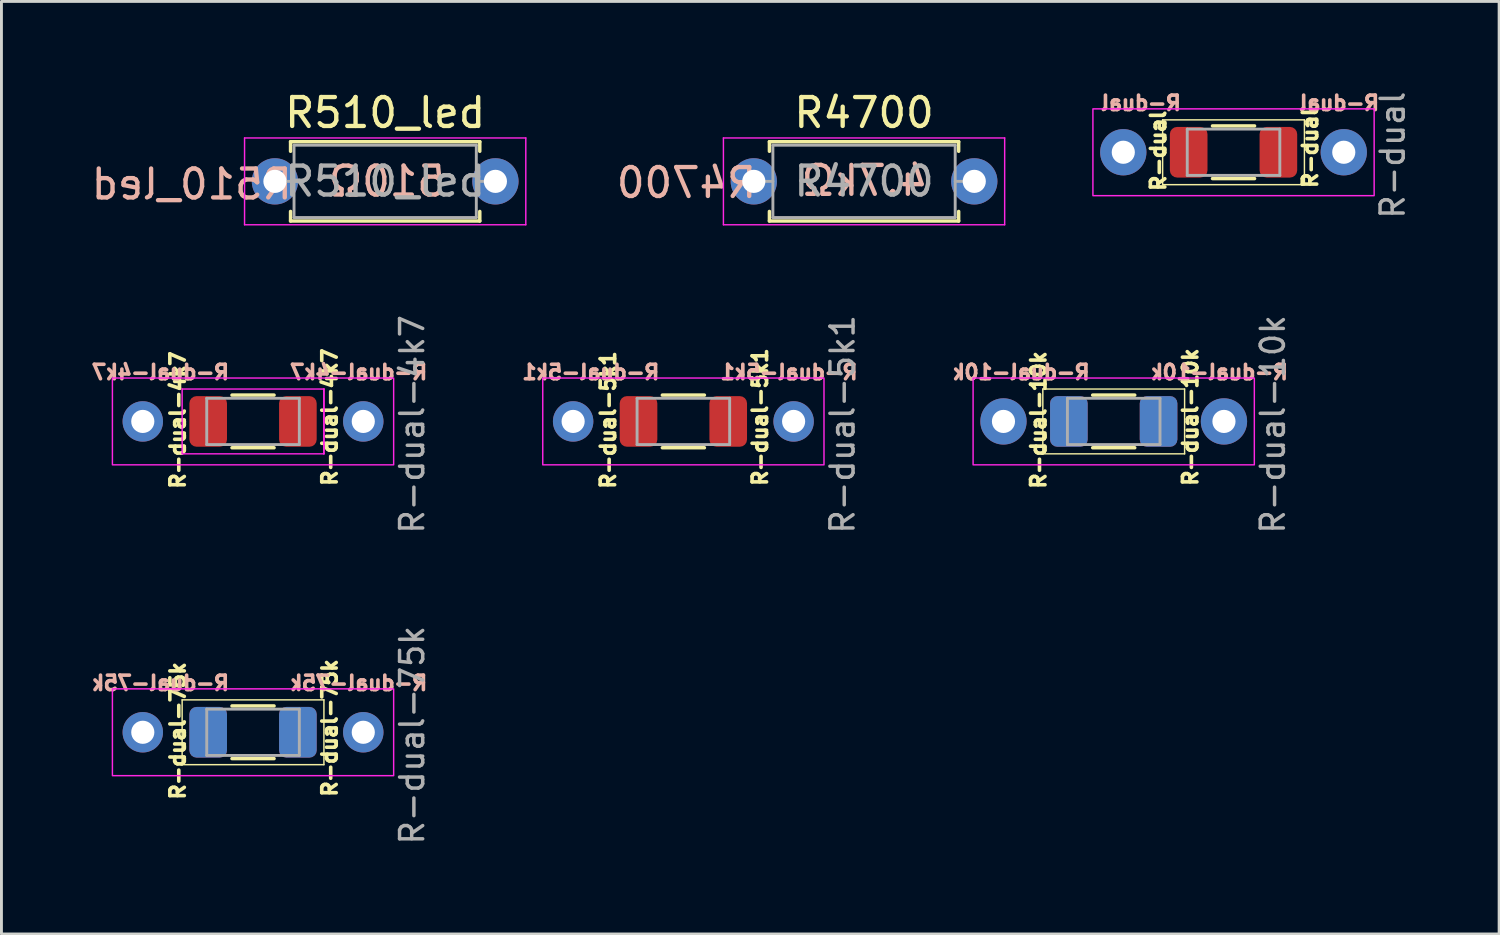
<source format=kicad_pcb>
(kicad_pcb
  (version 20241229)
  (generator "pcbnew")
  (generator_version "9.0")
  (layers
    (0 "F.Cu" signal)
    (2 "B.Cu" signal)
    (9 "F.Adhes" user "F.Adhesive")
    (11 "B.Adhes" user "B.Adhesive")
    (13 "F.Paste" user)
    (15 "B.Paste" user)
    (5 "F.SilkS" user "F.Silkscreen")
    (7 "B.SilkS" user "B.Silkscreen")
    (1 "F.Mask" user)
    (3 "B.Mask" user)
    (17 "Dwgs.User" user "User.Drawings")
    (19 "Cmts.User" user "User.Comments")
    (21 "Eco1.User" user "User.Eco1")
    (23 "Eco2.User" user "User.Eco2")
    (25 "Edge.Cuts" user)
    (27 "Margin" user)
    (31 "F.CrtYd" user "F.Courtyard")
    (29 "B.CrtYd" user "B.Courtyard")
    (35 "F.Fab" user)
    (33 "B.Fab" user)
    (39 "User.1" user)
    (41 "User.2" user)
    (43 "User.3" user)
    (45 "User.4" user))
  (footprint "R-dual-5k1"
    (layer "F.Cu")
    (at 20.568 11.515)
    (property "Reference" "R-dual-5k1" (at 2.65 -0.15 270) (layer "F.SilkS") (effects (font (size 0.5 0.5) (thickness 0.125))))
    (property "Value" "R-dual-5k1" (at 0 1.82 0) (layer "F.Fab") (hide yes) (effects (font (size 1 1) (thickness 0.15))))
    (attr smd)
    (fp_line (start -0.727 -0.91) (end 0.727 -0.91) (stroke (width 0.12) (type solid)) (layer "F.SilkS"))
    (fp_line (start -0.727 0.91) (end 0.727 0.91) (stroke (width 0.12) (type solid)) (layer "F.SilkS"))
    (fp_rect (start -4.86 -1.5) (end 4.86 1.5) (stroke (width 0.05) (type default)) (fill no) (layer "F.CrtYd"))
    (fp_line (start -1.6 -0.8) (end 1.6 -0.8) (stroke (width 0.1) (type solid)) (layer "F.Fab"))
    (fp_line (start -1.6 0.8) (end -1.6 -0.8) (stroke (width 0.1) (type solid)) (layer "F.Fab"))
    (fp_line (start 1.6 -0.8) (end 1.6 0.8) (stroke (width 0.1) (type solid)) (layer "F.Fab"))
    (fp_line (start 1.6 0.8) (end -1.6 0.8) (stroke (width 0.1) (type solid)) (layer "F.Fab"))
    (fp_text user "${VALUE}" (at -2.6 -0.05 270) (layer "F.SilkS") (effects (font (size 0.5 0.5) (thickness 0.125))))
    (fp_text user "${REFERENCE}" (at -3.2 -1.7 0) (layer "B.SilkS") (effects (font (size 0.5 0.5) (thickness 0.125)) (justify mirror)))
    (fp_text user "${VALUE}" (at 3.65 -1.7 0) (layer "B.SilkS") (effects (font (size 0.5 0.5) (thickness 0.125)) (justify mirror)))
    (fp_text user "${REFERENCE}" (at 5.5 0.1 90) (layer "F.Fab") (effects (font (size 0.8 0.8) (thickness 0.12))))
    (pad "1" thru_hole circle (at -3.81 0) (size 1.397 1.397) (drill 0.8) (layers "*.Cu" "*.Mask"))
    (pad "1" smd roundrect (at -1.55 0) (size 1.3 1.75) (layers "F.Cu" "F.Mask" "F.Paste") (roundrect_rratio 0.192))
    (pad "2" smd roundrect (at 1.55 0) (size 1.3 1.75) (layers "F.Cu" "F.Mask" "F.Paste") (roundrect_rratio 0.192))
    (pad "2" thru_hole circle (at 3.81 0) (size 1.397 1.397) (drill 0.8) (layers "*.Cu" "*.Mask")))
  (footprint "R4700"
    (layer "F.Cu")
    (at 23.002 3.218)
    (property "Reference" "R4700" (at 3.81 -2.37 0) (layer "F.SilkS") (effects (font (size 1 1) (thickness 0.15))))
    (property "Value" "4.7kΩ" (at 6.2 2.4 0) (layer "F.SilkS") (hide yes) (effects (font (size 1 1) (thickness 0.15))))
    (attr through_hole)
    (fp_line (start 0.54 -1.37) (end 7.08 -1.37) (stroke (width 0.12) (type solid)) (layer "F.SilkS"))
    (fp_line (start 0.54 -1.04) (end 0.54 -1.37) (stroke (width 0.12) (type solid)) (layer "F.SilkS"))
    (fp_line (start 0.54 1.04) (end 0.54 1.37) (stroke (width 0.12) (type solid)) (layer "F.SilkS"))
    (fp_line (start 0.54 1.37) (end 7.08 1.37) (stroke (width 0.12) (type solid)) (layer "F.SilkS"))
    (fp_line (start 7.08 -1.37) (end 7.08 -1.04) (stroke (width 0.12) (type solid)) (layer "F.SilkS"))
    (fp_line (start 7.08 1.37) (end 7.08 1.04) (stroke (width 0.12) (type solid)) (layer "F.SilkS"))
    (fp_line (start -1.05 -1.5) (end -1.05 1.5) (stroke (width 0.05) (type solid)) (layer "F.CrtYd"))
    (fp_line (start -1.05 1.5) (end 8.67 1.5) (stroke (width 0.05) (type solid)) (layer "F.CrtYd"))
    (fp_line (start 8.67 -1.5) (end -1.05 -1.5) (stroke (width 0.05) (type solid)) (layer "F.CrtYd"))
    (fp_line (start 8.67 1.5) (end 8.67 -1.5) (stroke (width 0.05) (type solid)) (layer "F.CrtYd"))
    (fp_line (start 0 0) (end 0.66 0) (stroke (width 0.1) (type solid)) (layer "F.Fab"))
    (fp_line (start 0.66 -1.25) (end 0.66 1.25) (stroke (width 0.1) (type solid)) (layer "F.Fab"))
    (fp_line (start 0.66 1.25) (end 6.96 1.25) (stroke (width 0.1) (type solid)) (layer "F.Fab"))
    (fp_line (start 6.96 -1.25) (end 0.66 -1.25) (stroke (width 0.1) (type solid)) (layer "F.Fab"))
    (fp_line (start 6.96 1.25) (end 6.96 -1.25) (stroke (width 0.1) (type solid)) (layer "F.Fab"))
    (fp_line (start 7.62 0) (end 6.96 0) (stroke (width 0.1) (type solid)) (layer "F.Fab"))
    (fp_text user "${REFERENCE}" (at -2.325 0.05 0) (layer "B.SilkS") (effects (font (size 1 1) (thickness 0.15)) (justify mirror)))
    (fp_text user "${VALUE}" (at 3.825 -0.025 0) (layer "B.SilkS") (effects (font (size 1 1) (thickness 0.15)) (justify mirror)))
    (fp_text user "${REFERENCE}" (at 3.81 0 0) (layer "F.Fab") (effects (font (size 1 1) (thickness 0.15))))
    (pad "1" thru_hole circle (at 0 0) (size 1.6 1.6) (drill 0.8) (layers "*.Cu" "*.Mask"))
    (pad "2" thru_hole oval (at 7.62 0) (size 1.6 1.6) (drill 0.8) (layers "*.Cu" "*.Mask")))
  (footprint "R-dual"
    (layer "F.Cu")
    (at 39.582 2.212)
    (property "Reference" "R-dual" (at 2.65 -0.15 270) (layer "F.SilkS") (effects (font (size 0.5 0.5) (thickness 0.125))))
    (property "Value" "R-dual" (at 0 1.82 0) (layer "F.Fab") (hide yes) (effects (font (size 1 1) (thickness 0.15))))
    (attr smd)
    (fp_line (start -2.45 -1.12) (end 2.45 -1.12) (stroke (width 0.05) (type solid)) (layer "F.SilkS"))
    (fp_line (start -2.45 1.12) (end -2.45 -1.12) (stroke (width 0.05) (type solid)) (layer "F.SilkS"))
    (fp_line (start -0.727 -0.91) (end 0.727 -0.91) (stroke (width 0.12) (type solid)) (layer "F.SilkS"))
    (fp_line (start -0.727 0.91) (end 0.727 0.91) (stroke (width 0.12) (type solid)) (layer "F.SilkS"))
    (fp_line (start 2.45 -1.12) (end 2.45 1.12) (stroke (width 0.05) (type solid)) (layer "F.SilkS"))
    (fp_line (start 2.45 1.12) (end -2.45 1.12) (stroke (width 0.05) (type solid)) (layer "F.SilkS"))
    (fp_rect (start -4.86 -1.5) (end 4.86 1.5) (stroke (width 0.05) (type default)) (fill no) (layer "F.CrtYd"))
    (fp_line (start -1.6 -0.8) (end 1.6 -0.8) (stroke (width 0.1) (type solid)) (layer "F.Fab"))
    (fp_line (start -1.6 0.8) (end -1.6 -0.8) (stroke (width 0.1) (type solid)) (layer "F.Fab"))
    (fp_line (start 1.6 -0.8) (end 1.6 0.8) (stroke (width 0.1) (type solid)) (layer "F.Fab"))
    (fp_line (start 1.6 0.8) (end -1.6 0.8) (stroke (width 0.1) (type solid)) (layer "F.Fab"))
    (fp_text user "${VALUE}" (at -2.6 -0.05 270) (layer "F.SilkS") (effects (font (size 0.5 0.5) (thickness 0.125))))
    (fp_text user "${VALUE}" (at 3.65 -1.7 0) (layer "B.SilkS") (effects (font (size 0.5 0.5) (thickness 0.125)) (justify mirror)))
    (fp_text user "${REFERENCE}" (at -3.2 -1.7 0) (layer "B.SilkS") (effects (font (size 0.5 0.5) (thickness 0.125)) (justify mirror)))
    (fp_text user "${REFERENCE}" (at 5.5 0.1 90) (layer "F.Fab") (effects (font (size 0.8 0.8) (thickness 0.12))))
    (pad "1" thru_hole circle (at -3.81 0) (size 1.6 1.6) (drill 0.8) (layers "*.Cu" "*.Mask"))
    (pad "1" smd roundrect (at -1.55 0) (size 1.3 1.75) (layers "F.Cu" "F.Mask" "F.Paste") (roundrect_rratio 0.192))
    (pad "2" smd roundrect (at 1.55 0) (size 1.3 1.75) (layers "F.Cu" "F.Mask" "F.Paste") (roundrect_rratio 0.192))
    (pad "2" thru_hole oval (at 3.81 0) (size 1.6 1.6) (drill 0.8) (layers "*.Cu" "*.Mask")))
  (footprint "R-dual-75k"
    (layer "F.Cu")
    (at 5.695 22.258)
    (property "Reference" "R-dual-75k" (at 2.65 -0.15 270) (layer "F.SilkS") (effects (font (size 0.5 0.5) (thickness 0.125))))
    (property "Value" "R-dual-75k" (at 0 1.82 0) (layer "F.Fab") (hide yes) (effects (font (size 1 1) (thickness 0.15))))
    (attr smd)
    (fp_line (start -2.45 -1.12) (end 2.45 -1.12) (stroke (width 0.05) (type solid)) (layer "F.SilkS"))
    (fp_line (start -2.45 1.12) (end -2.45 -1.12) (stroke (width 0.05) (type solid)) (layer "F.SilkS"))
    (fp_line (start -0.727 -0.91) (end 0.727 -0.91) (stroke (width 0.12) (type solid)) (layer "F.SilkS"))
    (fp_line (start -0.727 0.91) (end 0.727 0.91) (stroke (width 0.12) (type solid)) (layer "F.SilkS"))
    (fp_line (start 2.45 -1.12) (end 2.45 1.12) (stroke (width 0.05) (type solid)) (layer "F.SilkS"))
    (fp_line (start 2.45 1.12) (end -2.45 1.12) (stroke (width 0.05) (type solid)) (layer "F.SilkS"))
    (fp_rect (start -4.86 -1.5) (end 4.86 1.5) (stroke (width 0.05) (type default)) (fill no) (layer "F.CrtYd"))
    (fp_line (start -1.6 -0.8) (end 1.6 -0.8) (stroke (width 0.1) (type solid)) (layer "F.Fab"))
    (fp_line (start -1.6 0.8) (end -1.6 -0.8) (stroke (width 0.1) (type solid)) (layer "F.Fab"))
    (fp_line (start 1.6 -0.8) (end 1.6 0.8) (stroke (width 0.1) (type solid)) (layer "F.Fab"))
    (fp_line (start 1.6 0.8) (end -1.6 0.8) (stroke (width 0.1) (type solid)) (layer "F.Fab"))
    (fp_text user "${VALUE}" (at -2.6 -0.05 270) (layer "F.SilkS") (effects (font (size 0.5 0.5) (thickness 0.125))))
    (fp_text user "${REFERENCE}" (at -3.2 -1.7 0) (layer "B.SilkS") (effects (font (size 0.5 0.5) (thickness 0.125)) (justify mirror)))
    (fp_text user "${VALUE}" (at 3.65 -1.7 0) (layer "B.SilkS") (effects (font (size 0.5 0.5) (thickness 0.125)) (justify mirror)))
    (fp_text user "${REFERENCE}" (at 5.5 0.1 90) (layer "F.Fab") (effects (font (size 0.8 0.8) (thickness 0.12))))
    (pad "1" thru_hole circle (at -3.81 0) (size 1.397 1.397) (drill 0.8) (layers "*.Cu" "*.Mask"))
    (pad "1" smd roundrect (at -1.55 0) (size 1.3 1.75) (layers "F.Cu" "F.Mask" "F.Paste") (roundrect_rratio 0.192))
    (pad "1" smd roundrect (at -1.55 0) (size 1.3 1.75) (layers "B.Cu" "B.Mask" "B.Paste") (roundrect_rratio 0.192))
    (pad "2" smd roundrect (at 1.55 0) (size 1.3 1.75) (layers "F.Cu" "F.Mask" "F.Paste") (roundrect_rratio 0.192))
    (pad "2" smd roundrect (at 1.55 0) (size 1.3 1.75) (layers "B.Cu" "B.Mask" "B.Paste") (roundrect_rratio 0.192))
    (pad "2" thru_hole circle (at 3.81 0) (size 1.397 1.397) (drill 0.8) (layers "*.Cu" "*.Mask")))
  (footprint "R-dual-10k"
    (layer "F.Cu")
    (at 35.441 11.515)
    (property "Reference" "R-dual-10k" (at 2.65 -0.15 270) (layer "F.SilkS") (effects (font (size 0.5 0.5) (thickness 0.125))))
    (property "Value" "R-dual-10k" (at 0 1.82 0) (layer "F.Fab") (hide yes) (effects (font (size 1 1) (thickness 0.15))))
    (attr smd)
    (fp_line (start -2.45 -1.12) (end 2.45 -1.12) (stroke (width 0.05) (type solid)) (layer "F.SilkS"))
    (fp_line (start -2.45 1.12) (end -2.45 -1.12) (stroke (width 0.05) (type solid)) (layer "F.SilkS"))
    (fp_line (start -0.727 -0.91) (end 0.727 -0.91) (stroke (width 0.12) (type solid)) (layer "F.SilkS"))
    (fp_line (start -0.727 0.91) (end 0.727 0.91) (stroke (width 0.12) (type solid)) (layer "F.SilkS"))
    (fp_line (start 2.45 -1.12) (end 2.45 1.12) (stroke (width 0.05) (type solid)) (layer "F.SilkS"))
    (fp_line (start 2.45 1.12) (end -2.45 1.12) (stroke (width 0.05) (type solid)) (layer "F.SilkS"))
    (fp_rect (start -4.86 -1.5) (end 4.86 1.5) (stroke (width 0.05) (type default)) (fill no) (layer "F.CrtYd"))
    (fp_line (start -1.6 -0.8) (end 1.6 -0.8) (stroke (width 0.1) (type solid)) (layer "F.Fab"))
    (fp_line (start -1.6 0.8) (end -1.6 -0.8) (stroke (width 0.1) (type solid)) (layer "F.Fab"))
    (fp_line (start 1.6 -0.8) (end 1.6 0.8) (stroke (width 0.1) (type solid)) (layer "F.Fab"))
    (fp_line (start 1.6 0.8) (end -1.6 0.8) (stroke (width 0.1) (type solid)) (layer "F.Fab"))
    (fp_text user "${VALUE}" (at -2.6 -0.05 270) (layer "F.SilkS") (effects (font (size 0.5 0.5) (thickness 0.125))))
    (fp_text user "${REFERENCE}" (at -3.2 -1.7 0) (layer "B.SilkS") (effects (font (size 0.5 0.5) (thickness 0.125)) (justify mirror)))
    (fp_text user "${VALUE}" (at 3.65 -1.7 0) (layer "B.SilkS") (effects (font (size 0.5 0.5) (thickness 0.125)) (justify mirror)))
    (fp_text user "${REFERENCE}" (at 5.5 0.1 90) (layer "F.Fab") (effects (font (size 0.8 0.8) (thickness 0.12))))
    (pad "1" thru_hole circle (at -3.81 0) (size 1.6 1.6) (drill 0.8) (layers "*.Cu" "*.Mask"))
    (pad "1" smd roundrect (at -1.55 0) (size 1.3 1.75) (layers "F.Cu" "F.Mask" "F.Paste") (roundrect_rratio 0.192))
    (pad "1" smd roundrect (at -1.55 0) (size 1.3 1.75) (layers "B.Cu" "B.Mask" "B.Paste") (roundrect_rratio 0.192))
    (pad "2" smd roundrect (at 1.55 0) (size 1.3 1.75) (layers "F.Cu" "F.Mask" "F.Paste") (roundrect_rratio 0.192))
    (pad "2" smd roundrect (at 1.55 0) (size 1.3 1.75) (layers "B.Cu" "B.Mask" "B.Paste") (roundrect_rratio 0.192))
    (pad "2" thru_hole oval (at 3.81 0) (size 1.6 1.6) (drill 0.8) (layers "*.Cu" "*.Mask")))
  (footprint "R510_led"
    (layer "F.Cu")
    (at 6.452 3.218)
    (property "Reference" "R510_led" (at 3.81 -2.37 0) (layer "F.SilkS") (effects (font (size 1 1) (thickness 0.15))))
    (property "Value" "510Ω" (at 6.55 2.35 0) (layer "F.SilkS") (hide yes) (effects (font (size 1 1) (thickness 0.15))))
    (attr through_hole)
    (fp_line (start 0.54 -1.37) (end 7.08 -1.37) (stroke (width 0.12) (type solid)) (layer "F.SilkS"))
    (fp_line (start 0.54 -1.04) (end 0.54 -1.37) (stroke (width 0.12) (type solid)) (layer "F.SilkS"))
    (fp_line (start 0.54 1.04) (end 0.54 1.37) (stroke (width 0.12) (type solid)) (layer "F.SilkS"))
    (fp_line (start 0.54 1.37) (end 7.08 1.37) (stroke (width 0.12) (type solid)) (layer "F.SilkS"))
    (fp_line (start 7.08 -1.37) (end 7.08 -1.04) (stroke (width 0.12) (type solid)) (layer "F.SilkS"))
    (fp_line (start 7.08 1.37) (end 7.08 1.04) (stroke (width 0.12) (type solid)) (layer "F.SilkS"))
    (fp_line (start -1.05 -1.5) (end -1.05 1.5) (stroke (width 0.05) (type solid)) (layer "F.CrtYd"))
    (fp_line (start -1.05 1.5) (end 8.67 1.5) (stroke (width 0.05) (type solid)) (layer "F.CrtYd"))
    (fp_line (start 8.67 -1.5) (end -1.05 -1.5) (stroke (width 0.05) (type solid)) (layer "F.CrtYd"))
    (fp_line (start 8.67 1.5) (end 8.67 -1.5) (stroke (width 0.05) (type solid)) (layer "F.CrtYd"))
    (fp_line (start 0 0) (end 0.66 0) (stroke (width 0.1) (type solid)) (layer "F.Fab"))
    (fp_line (start 0.66 -1.25) (end 0.66 1.25) (stroke (width 0.1) (type solid)) (layer "F.Fab"))
    (fp_line (start 0.66 1.25) (end 6.96 1.25) (stroke (width 0.1) (type solid)) (layer "F.Fab"))
    (fp_line (start 6.96 -1.25) (end 0.66 -1.25) (stroke (width 0.1) (type solid)) (layer "F.Fab"))
    (fp_line (start 6.96 1.25) (end 6.96 -1.25) (stroke (width 0.1) (type solid)) (layer "F.Fab"))
    (fp_line (start 7.62 0) (end 6.96 0) (stroke (width 0.1) (type solid)) (layer "F.Fab"))
    (fp_text user "${VALUE}" (at 3.875 0 0) (layer "B.SilkS") (effects (font (size 1 1) (thickness 0.15)) (justify mirror)))
    (fp_text user "${REFERENCE}" (at -2.875 0.1 0) (layer "B.SilkS") (effects (font (size 1 1) (thickness 0.15)) (justify mirror)))
    (fp_text user "${REFERENCE}" (at 3.81 0 0) (layer "F.Fab") (effects (font (size 1 1) (thickness 0.15))))
    (pad "1" thru_hole circle (at 0 0) (size 1.6 1.6) (drill 0.8) (layers "*.Cu" "*.Mask"))
    (pad "2" thru_hole oval (at 7.62 0) (size 1.6 1.6) (drill 0.8) (layers "*.Cu" "*.Mask")))
  (footprint "R-dual-4k7"
    (layer "F.Cu")
    (at 5.695 11.515)
    (property "Reference" "R-dual-4k7" (at 2.65 -0.15 270) (layer "F.SilkS") (effects (font (size 0.5 0.5) (thickness 0.125))))
    (property "Value" "R-dual-4k7" (at 0 1.82 0) (layer "F.Fab") (hide yes) (effects (font (size 1 1) (thickness 0.15))))
    (attr smd)
    (fp_line (start -0.727 -0.91) (end 0.727 -0.91) (stroke (width 0.12) (type solid)) (layer "F.SilkS"))
    (fp_line (start -0.727 0.91) (end 0.727 0.91) (stroke (width 0.12) (type solid)) (layer "F.SilkS"))
    (fp_line (start -2.45 -1.12) (end 2.45 -1.12) (stroke (width 0.05) (type solid)) (layer "F.CrtYd"))
    (fp_line (start -2.45 1.12) (end -2.45 -1.12) (stroke (width 0.05) (type solid)) (layer "F.CrtYd"))
    (fp_line (start 2.45 -1.12) (end 2.45 1.12) (stroke (width 0.05) (type solid)) (layer "F.CrtYd"))
    (fp_line (start 2.45 -1.12) (end 2.45 1.12) (stroke (width 0.05) (type solid)) (layer "F.CrtYd"))
    (fp_line (start 2.45 1.12) (end -2.45 1.12) (stroke (width 0.05) (type solid)) (layer "F.CrtYd"))
    (fp_rect (start -4.86 -1.5) (end 4.86 1.5) (stroke (width 0.05) (type default)) (fill no) (layer "F.CrtYd"))
    (fp_line (start -1.6 -0.8) (end 1.6 -0.8) (stroke (width 0.1) (type solid)) (layer "F.Fab"))
    (fp_line (start -1.6 0.8) (end -1.6 -0.8) (stroke (width 0.1) (type solid)) (layer "F.Fab"))
    (fp_line (start 1.6 -0.8) (end 1.6 0.8) (stroke (width 0.1) (type solid)) (layer "F.Fab"))
    (fp_line (start 1.6 0.8) (end -1.6 0.8) (stroke (width 0.1) (type solid)) (layer "F.Fab"))
    (fp_text user "${VALUE}" (at -2.6 -0.05 270) (layer "F.SilkS") (effects (font (size 0.5 0.5) (thickness 0.125))))
    (fp_text user "${VALUE}" (at 3.65 -1.7 0) (layer "B.SilkS") (effects (font (size 0.5 0.5) (thickness 0.125)) (justify mirror)))
    (fp_text user "${REFERENCE}" (at -3.2 -1.7 0) (layer "B.SilkS") (effects (font (size 0.5 0.5) (thickness 0.125)) (justify mirror)))
    (fp_text user "${REFERENCE}" (at 5.5 0.1 90) (layer "F.Fab") (effects (font (size 0.8 0.8) (thickness 0.12))))
    (pad "1" thru_hole circle (at -3.81 0) (size 1.397 1.397) (drill 0.8) (layers "*.Cu" "*.Mask"))
    (pad "1" smd roundrect (at -1.55 0) (size 1.3 1.75) (layers "F.Cu" "F.Mask" "F.Paste") (roundrect_rratio 0.192))
    (pad "2" smd roundrect (at 1.55 0) (size 1.3 1.75) (layers "F.Cu" "F.Mask" "F.Paste") (roundrect_rratio 0.192))
    (pad "2" thru_hole circle (at 3.81 0) (size 1.397 1.397) (drill 0.8) (layers "*.Cu" "*.Mask")))
  (gr_rect
    (start -3 -3)
    (end 48.761 29.229)
    (stroke (width 0.1) (type default))
    (fill no)
    (layer "Edge.Cuts")))
</source>
